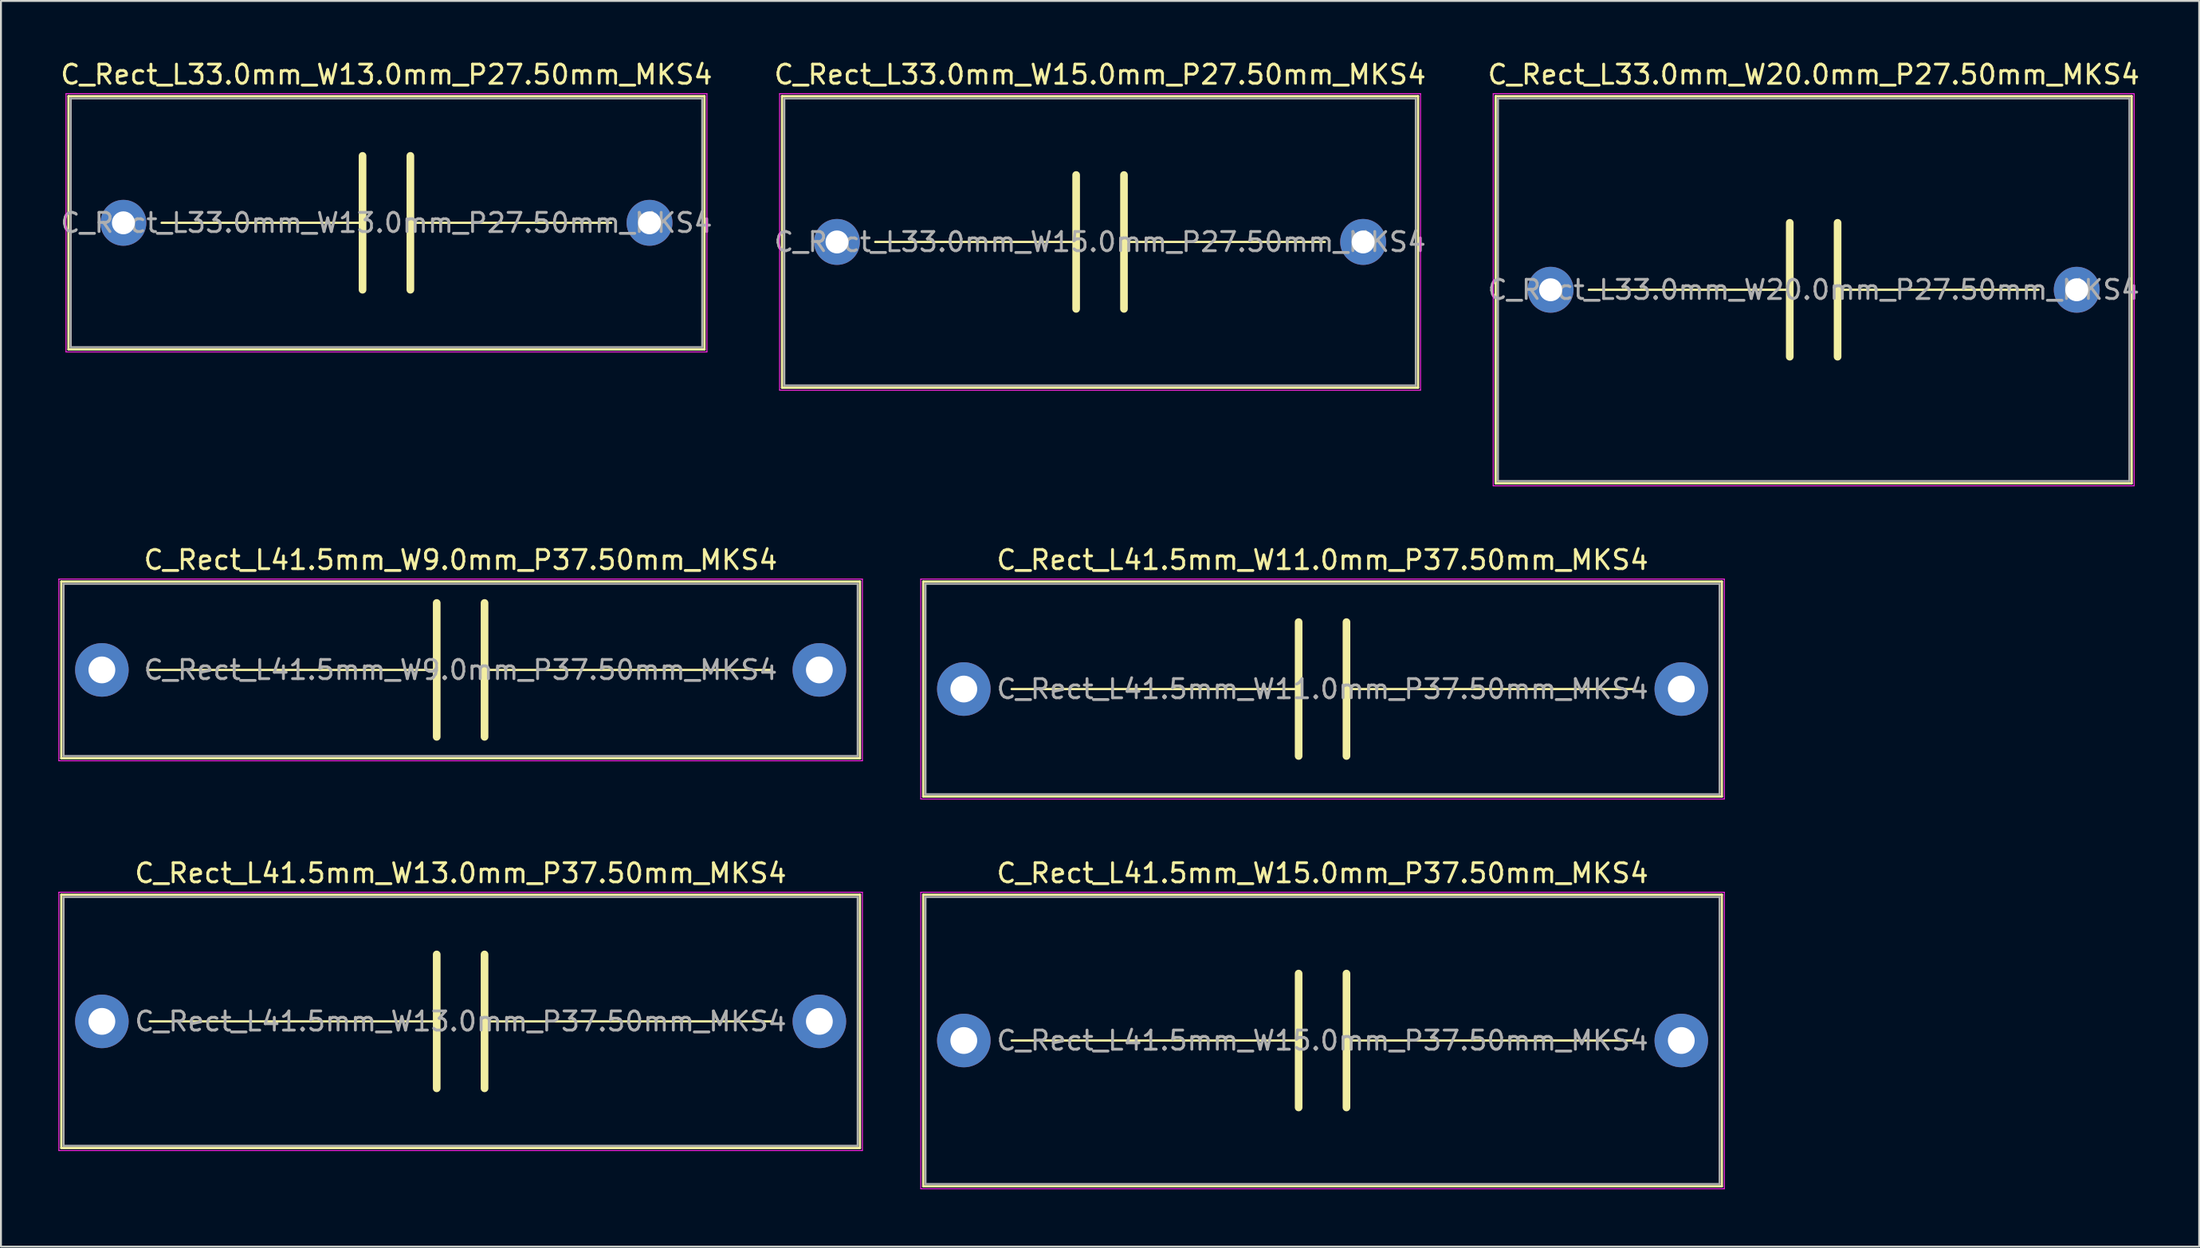
<source format=kicad_pcb>
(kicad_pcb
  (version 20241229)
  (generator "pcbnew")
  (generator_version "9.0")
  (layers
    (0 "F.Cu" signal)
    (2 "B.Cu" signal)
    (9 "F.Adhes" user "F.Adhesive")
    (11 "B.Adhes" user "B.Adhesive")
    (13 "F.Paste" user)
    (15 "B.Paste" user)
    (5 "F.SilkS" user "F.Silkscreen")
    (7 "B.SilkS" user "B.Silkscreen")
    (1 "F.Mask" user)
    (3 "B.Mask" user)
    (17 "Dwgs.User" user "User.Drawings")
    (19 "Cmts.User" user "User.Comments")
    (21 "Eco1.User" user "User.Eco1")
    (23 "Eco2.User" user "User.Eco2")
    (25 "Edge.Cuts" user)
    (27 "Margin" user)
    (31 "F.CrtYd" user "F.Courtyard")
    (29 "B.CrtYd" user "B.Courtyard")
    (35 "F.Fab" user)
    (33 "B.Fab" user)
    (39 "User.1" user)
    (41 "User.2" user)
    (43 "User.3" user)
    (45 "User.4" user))
  (footprint "C_Rect_L41.5mm_W9.0mm_P37.50mm_MKS4"
    (layer "F.Cu")
    (at 2.275 31.971)
    (property "Reference" "C_Rect_L41.5mm_W9.0mm_P37.50mm_MKS4" (at 18.75 -5.75 0) (layer "F.SilkS") (effects (font (size 1 1) (thickness 0.15))))
    (attr through_hole)
    (fp_line (start -2.12 -4.62) (end -2.12 4.62) (stroke (width 0.12) (type solid)) (layer "F.SilkS"))
    (fp_line (start -2.12 -4.62) (end 39.62 -4.62) (stroke (width 0.12) (type solid)) (layer "F.SilkS"))
    (fp_line (start -2.12 4.62) (end 39.62 4.62) (stroke (width 0.12) (type solid)) (layer "F.SilkS"))
    (fp_line (start 2.5 0) (end 17.5 0) (stroke (width 0.12) (type solid)) (layer "F.SilkS"))
    (fp_line (start 17.5 -3.5) (end 17.5 3.5) (stroke (width 0.4) (type solid)) (layer "F.SilkS"))
    (fp_line (start 20 -3.5) (end 20 3.5) (stroke (width 0.4) (type solid)) (layer "F.SilkS"))
    (fp_line (start 20 0) (end 35 0) (stroke (width 0.12) (type solid)) (layer "F.SilkS"))
    (fp_line (start 39.62 -4.62) (end 39.62 4.62) (stroke (width 0.12) (type solid)) (layer "F.SilkS"))
    (fp_line (start -2.25 -4.75) (end -2.25 4.75) (stroke (width 0.05) (type solid)) (layer "F.CrtYd"))
    (fp_line (start -2.25 4.75) (end 39.75 4.75) (stroke (width 0.05) (type solid)) (layer "F.CrtYd"))
    (fp_line (start 39.75 -4.75) (end -2.25 -4.75) (stroke (width 0.05) (type solid)) (layer "F.CrtYd"))
    (fp_line (start 39.75 4.75) (end 39.75 -4.75) (stroke (width 0.05) (type solid)) (layer "F.CrtYd"))
    (fp_line (start -2 -4.5) (end -2 4.5) (stroke (width 0.1) (type solid)) (layer "F.Fab"))
    (fp_line (start -2 4.5) (end 39.5 4.5) (stroke (width 0.1) (type solid)) (layer "F.Fab"))
    (fp_line (start 39.5 -4.5) (end -2 -4.5) (stroke (width 0.1) (type solid)) (layer "F.Fab"))
    (fp_line (start 39.5 4.5) (end 39.5 -4.5) (stroke (width 0.1) (type solid)) (layer "F.Fab"))
    (fp_text user "${REFERENCE}" (at 18.75 0 0) (layer "F.Fab") (effects (font (size 1 1) (thickness 0.15))))
    (pad "1" thru_hole circle (at 0 0) (size 2.8 2.8) (drill 1.4) (layers "*.Cu" "*.Mask"))
    (pad "2" thru_hole circle (at 37.5 0) (size 2.8 2.8) (drill 1.4) (layers "*.Cu" "*.Mask")))
  (footprint "C_Rect_L41.5mm_W13.0mm_P37.50mm_MKS4"
    (layer "F.Cu")
    (at 2.275 50.345)
    (property "Reference" "C_Rect_L41.5mm_W13.0mm_P37.50mm_MKS4" (at 18.75 -7.75 0) (layer "F.SilkS") (effects (font (size 1 1) (thickness 0.15))))
    (attr through_hole)
    (fp_line (start -2.12 -6.62) (end -2.12 6.62) (stroke (width 0.12) (type solid)) (layer "F.SilkS"))
    (fp_line (start -2.12 -6.62) (end 39.62 -6.62) (stroke (width 0.12) (type solid)) (layer "F.SilkS"))
    (fp_line (start -2.12 6.62) (end 39.62 6.62) (stroke (width 0.12) (type solid)) (layer "F.SilkS"))
    (fp_line (start 2.5 0) (end 17.5 0) (stroke (width 0.12) (type solid)) (layer "F.SilkS"))
    (fp_line (start 17.5 -3.5) (end 17.5 3.5) (stroke (width 0.4) (type solid)) (layer "F.SilkS"))
    (fp_line (start 20 -3.5) (end 20 3.5) (stroke (width 0.4) (type solid)) (layer "F.SilkS"))
    (fp_line (start 20 0) (end 35 0) (stroke (width 0.12) (type solid)) (layer "F.SilkS"))
    (fp_line (start 39.62 -6.62) (end 39.62 6.62) (stroke (width 0.12) (type solid)) (layer "F.SilkS"))
    (fp_line (start -2.25 -6.75) (end -2.25 6.75) (stroke (width 0.05) (type solid)) (layer "F.CrtYd"))
    (fp_line (start -2.25 6.75) (end 39.75 6.75) (stroke (width 0.05) (type solid)) (layer "F.CrtYd"))
    (fp_line (start 39.75 -6.75) (end -2.25 -6.75) (stroke (width 0.05) (type solid)) (layer "F.CrtYd"))
    (fp_line (start 39.75 6.75) (end 39.75 -6.75) (stroke (width 0.05) (type solid)) (layer "F.CrtYd"))
    (fp_line (start -2 -6.5) (end -2 6.5) (stroke (width 0.1) (type solid)) (layer "F.Fab"))
    (fp_line (start -2 6.5) (end 39.5 6.5) (stroke (width 0.1) (type solid)) (layer "F.Fab"))
    (fp_line (start 39.5 -6.5) (end -2 -6.5) (stroke (width 0.1) (type solid)) (layer "F.Fab"))
    (fp_line (start 39.5 6.5) (end 39.5 -6.5) (stroke (width 0.1) (type solid)) (layer "F.Fab"))
    (fp_text user "${REFERENCE}" (at 18.75 0 0) (layer "F.Fab") (effects (font (size 1 1) (thickness 0.15))))
    (pad "1" thru_hole circle (at 0 0) (size 2.8 2.8) (drill 1.4) (layers "*.Cu" "*.Mask"))
    (pad "2" thru_hole circle (at 37.5 0) (size 2.8 2.8) (drill 1.4) (layers "*.Cu" "*.Mask")))
  (footprint "C_Rect_L33.0mm_W15.0mm_P27.50mm_MKS4"
    (layer "F.Cu")
    (at 40.696 9.598)
    (property "Reference" "C_Rect_L33.0mm_W15.0mm_P27.50mm_MKS4" (at 13.75 -8.75 0) (layer "F.SilkS") (effects (font (size 1 1) (thickness 0.15))))
    (attr through_hole)
    (fp_line (start -2.87 -7.62) (end -2.87 7.62) (stroke (width 0.12) (type solid)) (layer "F.SilkS"))
    (fp_line (start -2.87 -7.62) (end 30.37 -7.62) (stroke (width 0.12) (type solid)) (layer "F.SilkS"))
    (fp_line (start -2.87 7.62) (end 30.37 7.62) (stroke (width 0.12) (type solid)) (layer "F.SilkS"))
    (fp_line (start 2 0) (end 12.5 0) (stroke (width 0.12) (type solid)) (layer "F.SilkS"))
    (fp_line (start 12.5 -3.5) (end 12.5 3.5) (stroke (width 0.4) (type solid)) (layer "F.SilkS"))
    (fp_line (start 15 -3.5) (end 15 3.5) (stroke (width 0.4) (type solid)) (layer "F.SilkS"))
    (fp_line (start 15 0) (end 25.5 0) (stroke (width 0.12) (type solid)) (layer "F.SilkS"))
    (fp_line (start 30.37 -7.62) (end 30.37 7.62) (stroke (width 0.12) (type solid)) (layer "F.SilkS"))
    (fp_line (start -3 -7.75) (end -3 7.75) (stroke (width 0.05) (type solid)) (layer "F.CrtYd"))
    (fp_line (start -3 7.75) (end 30.5 7.75) (stroke (width 0.05) (type solid)) (layer "F.CrtYd"))
    (fp_line (start 30.5 -7.75) (end -3 -7.75) (stroke (width 0.05) (type solid)) (layer "F.CrtYd"))
    (fp_line (start 30.5 7.75) (end 30.5 -7.75) (stroke (width 0.05) (type solid)) (layer "F.CrtYd"))
    (fp_line (start -2.75 -7.5) (end -2.75 7.5) (stroke (width 0.1) (type solid)) (layer "F.Fab"))
    (fp_line (start -2.75 7.5) (end 30.25 7.5) (stroke (width 0.1) (type solid)) (layer "F.Fab"))
    (fp_line (start 30.25 -7.5) (end -2.75 -7.5) (stroke (width 0.1) (type solid)) (layer "F.Fab"))
    (fp_line (start 30.25 7.5) (end 30.25 -7.5) (stroke (width 0.1) (type solid)) (layer "F.Fab"))
    (fp_text user "${REFERENCE}" (at 13.75 0 0) (layer "F.Fab") (effects (font (size 1 1) (thickness 0.15))))
    (pad "1" thru_hole circle (at 0 0) (size 2.4 2.4) (drill 1.2) (layers "*.Cu" "*.Mask"))
    (pad "2" thru_hole circle (at 27.5 0) (size 2.4 2.4) (drill 1.2) (layers "*.Cu" "*.Mask")))
  (footprint "C_Rect_L41.5mm_W15.0mm_P37.50mm_MKS4"
    (layer "F.Cu")
    (at 47.325 51.345)
    (property "Reference" "C_Rect_L41.5mm_W15.0mm_P37.50mm_MKS4" (at 18.75 -8.75 0) (layer "F.SilkS") (effects (font (size 1 1) (thickness 0.15))))
    (attr through_hole)
    (fp_line (start -2.12 -7.62) (end -2.12 7.62) (stroke (width 0.12) (type solid)) (layer "F.SilkS"))
    (fp_line (start -2.12 -7.62) (end 39.62 -7.62) (stroke (width 0.12) (type solid)) (layer "F.SilkS"))
    (fp_line (start -2.12 7.62) (end 39.62 7.62) (stroke (width 0.12) (type solid)) (layer "F.SilkS"))
    (fp_line (start 2.5 0) (end 17.5 0) (stroke (width 0.12) (type solid)) (layer "F.SilkS"))
    (fp_line (start 17.5 -3.5) (end 17.5 3.5) (stroke (width 0.4) (type solid)) (layer "F.SilkS"))
    (fp_line (start 20 -3.5) (end 20 3.5) (stroke (width 0.4) (type solid)) (layer "F.SilkS"))
    (fp_line (start 20 0) (end 35 0) (stroke (width 0.12) (type solid)) (layer "F.SilkS"))
    (fp_line (start 39.62 -7.62) (end 39.62 7.62) (stroke (width 0.12) (type solid)) (layer "F.SilkS"))
    (fp_line (start -2.25 -7.75) (end -2.25 7.75) (stroke (width 0.05) (type solid)) (layer "F.CrtYd"))
    (fp_line (start -2.25 7.75) (end 39.75 7.75) (stroke (width 0.05) (type solid)) (layer "F.CrtYd"))
    (fp_line (start 39.75 -7.75) (end -2.25 -7.75) (stroke (width 0.05) (type solid)) (layer "F.CrtYd"))
    (fp_line (start 39.75 7.75) (end 39.75 -7.75) (stroke (width 0.05) (type solid)) (layer "F.CrtYd"))
    (fp_line (start -2 -7.5) (end -2 7.5) (stroke (width 0.1) (type solid)) (layer "F.Fab"))
    (fp_line (start -2 7.5) (end 39.5 7.5) (stroke (width 0.1) (type solid)) (layer "F.Fab"))
    (fp_line (start 39.5 -7.5) (end -2 -7.5) (stroke (width 0.1) (type solid)) (layer "F.Fab"))
    (fp_line (start 39.5 7.5) (end 39.5 -7.5) (stroke (width 0.1) (type solid)) (layer "F.Fab"))
    (fp_text user "${REFERENCE}" (at 18.75 0 0) (layer "F.Fab") (effects (font (size 1 1) (thickness 0.15))))
    (pad "1" thru_hole circle (at 0 0) (size 2.8 2.8) (drill 1.4) (layers "*.Cu" "*.Mask"))
    (pad "2" thru_hole circle (at 37.5 0) (size 2.8 2.8) (drill 1.4) (layers "*.Cu" "*.Mask")))
  (footprint "C_Rect_L33.0mm_W20.0mm_P27.50mm_MKS4"
    (layer "F.Cu")
    (at 77.994 12.098)
    (property "Reference" "C_Rect_L33.0mm_W20.0mm_P27.50mm_MKS4" (at 13.75 -11.25 0) (layer "F.SilkS") (effects (font (size 1 1) (thickness 0.15))))
    (attr through_hole)
    (fp_line (start -2.87 -10.12) (end -2.87 10.12) (stroke (width 0.12) (type solid)) (layer "F.SilkS"))
    (fp_line (start -2.87 -10.12) (end 30.37 -10.12) (stroke (width 0.12) (type solid)) (layer "F.SilkS"))
    (fp_line (start -2.87 10.12) (end 30.37 10.12) (stroke (width 0.12) (type solid)) (layer "F.SilkS"))
    (fp_line (start 2 0) (end 12.5 0) (stroke (width 0.12) (type solid)) (layer "F.SilkS"))
    (fp_line (start 12.5 -3.5) (end 12.5 3.5) (stroke (width 0.4) (type solid)) (layer "F.SilkS"))
    (fp_line (start 15 -3.5) (end 15 3.5) (stroke (width 0.4) (type solid)) (layer "F.SilkS"))
    (fp_line (start 15 0) (end 25.5 0) (stroke (width 0.12) (type solid)) (layer "F.SilkS"))
    (fp_line (start 30.37 -10.12) (end 30.37 10.12) (stroke (width 0.12) (type solid)) (layer "F.SilkS"))
    (fp_line (start -3 -10.25) (end -3 10.25) (stroke (width 0.05) (type solid)) (layer "F.CrtYd"))
    (fp_line (start -3 10.25) (end 30.5 10.25) (stroke (width 0.05) (type solid)) (layer "F.CrtYd"))
    (fp_line (start 30.5 -10.25) (end -3 -10.25) (stroke (width 0.05) (type solid)) (layer "F.CrtYd"))
    (fp_line (start 30.5 10.25) (end 30.5 -10.25) (stroke (width 0.05) (type solid)) (layer "F.CrtYd"))
    (fp_line (start -2.75 -10) (end -2.75 10) (stroke (width 0.1) (type solid)) (layer "F.Fab"))
    (fp_line (start -2.75 10) (end 30.25 10) (stroke (width 0.1) (type solid)) (layer "F.Fab"))
    (fp_line (start 30.25 -10) (end -2.75 -10) (stroke (width 0.1) (type solid)) (layer "F.Fab"))
    (fp_line (start 30.25 10) (end 30.25 -10) (stroke (width 0.1) (type solid)) (layer "F.Fab"))
    (fp_text user "${REFERENCE}" (at 13.75 0 0) (layer "F.Fab") (effects (font (size 1 1) (thickness 0.15))))
    (pad "1" thru_hole circle (at 0 0) (size 2.4 2.4) (drill 1.2) (layers "*.Cu" "*.Mask"))
    (pad "2" thru_hole circle (at 27.5 0) (size 2.4 2.4) (drill 1.2) (layers "*.Cu" "*.Mask")))
  (footprint "C_Rect_L41.5mm_W11.0mm_P37.50mm_MKS4"
    (layer "F.Cu")
    (at 47.325 32.971)
    (property "Reference" "C_Rect_L41.5mm_W11.0mm_P37.50mm_MKS4" (at 18.75 -6.75 0) (layer "F.SilkS") (effects (font (size 1 1) (thickness 0.15))))
    (attr through_hole)
    (fp_line (start -2.12 -5.62) (end -2.12 5.62) (stroke (width 0.12) (type solid)) (layer "F.SilkS"))
    (fp_line (start -2.12 -5.62) (end 39.62 -5.62) (stroke (width 0.12) (type solid)) (layer "F.SilkS"))
    (fp_line (start -2.12 5.62) (end 39.62 5.62) (stroke (width 0.12) (type solid)) (layer "F.SilkS"))
    (fp_line (start 2.5 0) (end 17.5 0) (stroke (width 0.12) (type solid)) (layer "F.SilkS"))
    (fp_line (start 17.5 -3.5) (end 17.5 3.5) (stroke (width 0.4) (type solid)) (layer "F.SilkS"))
    (fp_line (start 20 -3.5) (end 20 3.5) (stroke (width 0.4) (type solid)) (layer "F.SilkS"))
    (fp_line (start 20 0) (end 35 0) (stroke (width 0.12) (type solid)) (layer "F.SilkS"))
    (fp_line (start 39.62 -5.62) (end 39.62 5.62) (stroke (width 0.12) (type solid)) (layer "F.SilkS"))
    (fp_line (start -2.25 -5.75) (end -2.25 5.75) (stroke (width 0.05) (type solid)) (layer "F.CrtYd"))
    (fp_line (start -2.25 5.75) (end 39.75 5.75) (stroke (width 0.05) (type solid)) (layer "F.CrtYd"))
    (fp_line (start 39.75 -5.75) (end -2.25 -5.75) (stroke (width 0.05) (type solid)) (layer "F.CrtYd"))
    (fp_line (start 39.75 5.75) (end 39.75 -5.75) (stroke (width 0.05) (type solid)) (layer "F.CrtYd"))
    (fp_line (start -2 -5.5) (end -2 5.5) (stroke (width 0.1) (type solid)) (layer "F.Fab"))
    (fp_line (start -2 5.5) (end 39.5 5.5) (stroke (width 0.1) (type solid)) (layer "F.Fab"))
    (fp_line (start 39.5 -5.5) (end -2 -5.5) (stroke (width 0.1) (type solid)) (layer "F.Fab"))
    (fp_line (start 39.5 5.5) (end 39.5 -5.5) (stroke (width 0.1) (type solid)) (layer "F.Fab"))
    (fp_text user "${REFERENCE}" (at 18.75 0 0) (layer "F.Fab") (effects (font (size 1 1) (thickness 0.15))))
    (pad "1" thru_hole circle (at 0 0) (size 2.8 2.8) (drill 1.4) (layers "*.Cu" "*.Mask"))
    (pad "2" thru_hole circle (at 37.5 0) (size 2.8 2.8) (drill 1.4) (layers "*.Cu" "*.Mask")))
  (footprint "C_Rect_L33.0mm_W13.0mm_P27.50mm_MKS4"
    (layer "F.Cu")
    (at 3.399 8.598)
    (property "Reference" "C_Rect_L33.0mm_W13.0mm_P27.50mm_MKS4" (at 13.75 -7.75 0) (layer "F.SilkS") (effects (font (size 1 1) (thickness 0.15))))
    (attr through_hole)
    (fp_line (start -2.87 -6.62) (end -2.87 6.62) (stroke (width 0.12) (type solid)) (layer "F.SilkS"))
    (fp_line (start -2.87 -6.62) (end 30.37 -6.62) (stroke (width 0.12) (type solid)) (layer "F.SilkS"))
    (fp_line (start -2.87 6.62) (end 30.37 6.62) (stroke (width 0.12) (type solid)) (layer "F.SilkS"))
    (fp_line (start 2 0) (end 12.5 0) (stroke (width 0.12) (type solid)) (layer "F.SilkS"))
    (fp_line (start 12.5 -3.5) (end 12.5 3.5) (stroke (width 0.4) (type solid)) (layer "F.SilkS"))
    (fp_line (start 15 -3.5) (end 15 3.5) (stroke (width 0.4) (type solid)) (layer "F.SilkS"))
    (fp_line (start 15 0) (end 25.5 0) (stroke (width 0.12) (type solid)) (layer "F.SilkS"))
    (fp_line (start 30.37 -6.62) (end 30.37 6.62) (stroke (width 0.12) (type solid)) (layer "F.SilkS"))
    (fp_line (start -3 -6.75) (end -3 6.75) (stroke (width 0.05) (type solid)) (layer "F.CrtYd"))
    (fp_line (start -3 6.75) (end 30.5 6.75) (stroke (width 0.05) (type solid)) (layer "F.CrtYd"))
    (fp_line (start 30.5 -6.75) (end -3 -6.75) (stroke (width 0.05) (type solid)) (layer "F.CrtYd"))
    (fp_line (start 30.5 6.75) (end 30.5 -6.75) (stroke (width 0.05) (type solid)) (layer "F.CrtYd"))
    (fp_line (start -2.75 -6.5) (end -2.75 6.5) (stroke (width 0.1) (type solid)) (layer "F.Fab"))
    (fp_line (start -2.75 6.5) (end 30.25 6.5) (stroke (width 0.1) (type solid)) (layer "F.Fab"))
    (fp_line (start 30.25 -6.5) (end -2.75 -6.5) (stroke (width 0.1) (type solid)) (layer "F.Fab"))
    (fp_line (start 30.25 6.5) (end 30.25 -6.5) (stroke (width 0.1) (type solid)) (layer "F.Fab"))
    (fp_text user "${REFERENCE}" (at 13.75 0 0) (layer "F.Fab") (effects (font (size 1 1) (thickness 0.15))))
    (pad "1" thru_hole circle (at 0 0) (size 2.4 2.4) (drill 1.2) (layers "*.Cu" "*.Mask"))
    (pad "2" thru_hole circle (at 27.5 0) (size 2.4 2.4) (drill 1.2) (layers "*.Cu" "*.Mask")))
  (gr_rect
    (start -3 -3)
    (end 111.893 62.12)
    (stroke (width 0.1) (type default))
    (fill no)
    (layer "Edge.Cuts")))
</source>
